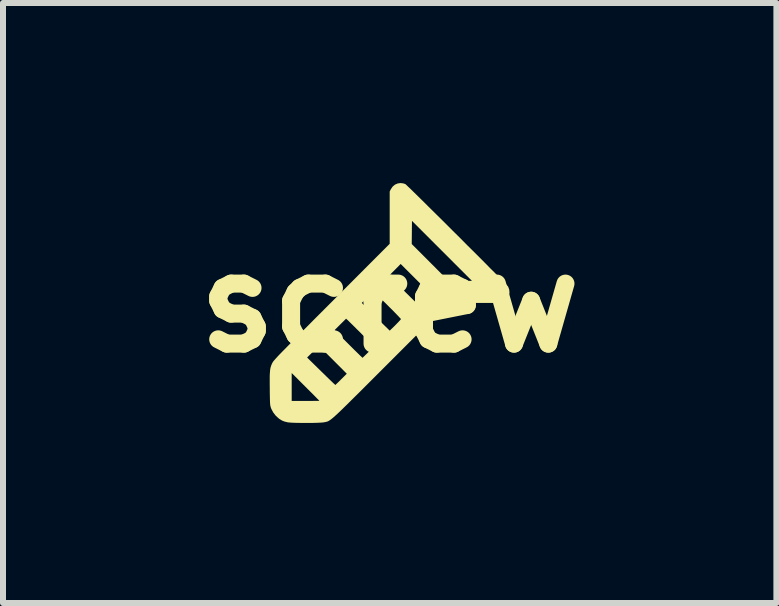
<source format=kicad_pcb>
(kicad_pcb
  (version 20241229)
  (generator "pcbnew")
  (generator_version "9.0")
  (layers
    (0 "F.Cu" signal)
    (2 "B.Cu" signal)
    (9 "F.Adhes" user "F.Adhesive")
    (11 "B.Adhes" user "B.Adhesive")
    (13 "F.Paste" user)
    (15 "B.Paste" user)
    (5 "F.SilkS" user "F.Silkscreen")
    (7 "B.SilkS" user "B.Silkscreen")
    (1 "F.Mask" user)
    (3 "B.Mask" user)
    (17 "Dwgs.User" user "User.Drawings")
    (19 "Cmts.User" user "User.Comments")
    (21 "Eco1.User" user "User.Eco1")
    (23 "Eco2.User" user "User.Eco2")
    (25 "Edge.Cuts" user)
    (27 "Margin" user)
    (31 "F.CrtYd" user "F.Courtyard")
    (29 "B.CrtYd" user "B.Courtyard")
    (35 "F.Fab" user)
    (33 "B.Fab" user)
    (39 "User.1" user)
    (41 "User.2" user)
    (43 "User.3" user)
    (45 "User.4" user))
  (footprint "screw"
    (layer "F.Cu")
    (at 3.443 1.997)
    (property "Reference" "screw" (at 0 0 0) (layer "F.SilkS") (effects (font (size 1.5 1.5) (thickness 0.3))))
    (attr board_only exclude_from_pos_files exclude_from_bom)
    (fp_poly (pts (xy 0.229 -1.991) (xy 0.262 -1.979) (xy 0.27 -1.972) (xy 0.288 -1.955) (xy 0.316 -1.928) (xy 0.353 -1.893) (xy 0.398 -1.849) (xy 0.45 -1.798) (xy 0.509 -1.74) (xy 0.574 -1.676) (xy 0.643 -1.607) (xy 0.717 -1.534) (xy 0.795 -1.457) (xy 0.876 -1.377) (xy 0.958 -1.295) (xy 1.042 -1.211) (xy 1.127 -1.127) (xy 1.212 -1.042) (xy 1.295 -0.958) (xy 1.378 -0.876) (xy 1.458 -0.796) (xy 1.535 -0.719) (xy 1.608 -0.646) (xy 1.676 -0.576) (xy 1.74 -0.513) (xy 1.797 -0.455) (xy 1.847 -0.403) (xy 1.891 -0.359) (xy 1.925 -0.324) (xy 1.951 -0.297) (xy 1.967 -0.279) (xy 1.973 -0.272) (xy 1.991 -0.223) (xy 1.996 -0.173) (xy 1.987 -0.124) (xy 1.965 -0.08) (xy 1.932 -0.044) (xy 1.897 -0.02) (xy 1.856 0) (xy 1.42 0) (xy 0.984 0) (xy 0.017 0.967) (xy -0.106 1.09) (xy -0.219 1.203) (xy -0.321 1.305) (xy -0.414 1.398) (xy -0.498 1.482) (xy -0.574 1.557) (xy -0.642 1.624) (xy -0.702 1.684) (xy -0.755 1.736) (xy -0.802 1.782) (xy -0.843 1.821) (xy -0.879 1.855) (xy -0.91 1.883) (xy -0.937 1.907) (xy -0.96 1.926) (xy -0.98 1.942) (xy -0.997 1.954) (xy -1.012 1.963) (xy -1.025 1.971) (xy -1.037 1.976) (xy -1.048 1.979) (xy -1.06 1.982) (xy -1.071 1.985) (xy -1.084 1.987) (xy -1.092 1.989) (xy -1.117 1.992) (xy -1.155 1.995) (xy -1.203 1.997) (xy -1.259 1.999) (xy -1.32 2) (xy -1.385 2) (xy -1.45 2) (xy -1.514 1.999) (xy -1.572 1.998) (xy -1.624 1.996) (xy -1.667 1.993) (xy -1.697 1.99) (xy -1.707 1.988) (xy -1.755 1.976) (xy -1.794 1.96) (xy -1.832 1.937) (xy -1.851 1.923) (xy -1.899 1.879) (xy -1.94 1.826) (xy -1.971 1.768) (xy -1.978 1.751) (xy -1.983 1.736) (xy -1.986 1.722) (xy -1.99 1.706) (xy -1.992 1.687) (xy -1.994 1.662) (xy -1.995 1.63) (xy -1.996 1.589) (xy -1.997 1.538) (xy -1.998 1.473) (xy -1.998 1.436) (xy -1.999 1.351) (xy -1.999 1.281) (xy -1.999 1.222) (xy -1.997 1.174) (xy -1.996 1.168) (xy -1.633 1.168) (xy -1.633 1.401) (xy -1.633 1.633) (xy -1.402 1.633) (xy -1.344 1.633) (xy -1.291 1.633) (xy -1.246 1.632) (xy -1.21 1.632) (xy -1.185 1.632) (xy -1.173 1.631) (xy -1.172 1.631) (xy -1.177 1.625) (xy -1.193 1.609) (xy -1.217 1.585) (xy -1.248 1.553) (xy -1.286 1.515) (xy -1.33 1.471) (xy -1.377 1.424) (xy -1.402 1.399) (xy -1.633 1.168) (xy -1.996 1.168) (xy -1.994 1.134) (xy -1.99 1.101) (xy -1.984 1.073) (xy -1.976 1.048) (xy -1.967 1.024) (xy -1.957 1.004) (xy -1.954 0.997) (xy -1.949 0.989) (xy -1.943 0.98) (xy -1.935 0.969) (xy -1.924 0.956) (xy -1.911 0.941) (xy -1.894 0.922) (xy -1.883 0.91) (xy -1.376 0.91) (xy -1.143 1.139) (xy -1.093 1.187) (xy -1.047 1.233) (xy -1.005 1.273) (xy -0.969 1.308) (xy -0.94 1.336) (xy -0.919 1.355) (xy -0.908 1.366) (xy -0.906 1.367) (xy -0.9 1.362) (xy -0.884 1.347) (xy -0.861 1.325) (xy -0.833 1.298) (xy -0.809 1.273) (xy -0.715 1.18) (xy -0.947 0.947) (xy -1.18 0.715) (xy -1.278 0.813) (xy -1.376 0.91) (xy -1.883 0.91) (xy -1.874 0.9) (xy -1.849 0.873) (xy -1.819 0.842) (xy -1.784 0.806) (xy -1.742 0.764) (xy -1.695 0.716) (xy -1.641 0.661) (xy -1.579 0.598) (xy -1.51 0.528) (xy -1.436 0.454) (xy -0.919 0.454) (xy -0.688 0.684) (xy -0.639 0.733) (xy -0.593 0.779) (xy -0.551 0.82) (xy -0.515 0.855) (xy -0.487 0.883) (xy -0.466 0.902) (xy -0.455 0.913) (xy -0.453 0.914) (xy -0.446 0.909) (xy -0.431 0.894) (xy -0.408 0.872) (xy -0.38 0.845) (xy -0.357 0.822) (xy -0.327 0.791) (xy -0.301 0.764) (xy -0.28 0.742) (xy -0.268 0.728) (xy -0.266 0.723) (xy -0.271 0.717) (xy -0.286 0.701) (xy -0.309 0.677) (xy -0.339 0.646) (xy -0.375 0.61) (xy -0.414 0.57) (xy -0.457 0.528) (xy -0.5 0.484) (xy -0.543 0.442) (xy -0.584 0.401) (xy -0.622 0.363) (xy -0.656 0.33) (xy -0.683 0.303) (xy -0.703 0.284) (xy -0.71 0.278) (xy -0.727 0.263) (xy -0.823 0.358) (xy -0.919 0.454) (xy -1.436 0.454) (xy -1.432 0.45) (xy -1.345 0.363) (xy -1.25 0.267) (xy -1.144 0.161) (xy -1.028 0.045) (xy -0.983 0.000072) (xy -0.465 0.000072) (xy -0.234 0.231) (xy -0.185 0.28) (xy -0.139 0.326) (xy -0.098 0.366) (xy -0.062 0.401) (xy -0.033 0.429) (xy -0.013 0.449) (xy -0.002 0.46) (xy 0.000072 0.461) (xy 0.007 0.456) (xy 0.022 0.441) (xy 0.045 0.419) (xy 0.073 0.392) (xy 0.096 0.369) (xy 0.126 0.338) (xy 0.153 0.31) (xy 0.173 0.288) (xy 0.185 0.274) (xy 0.188 0.269) (xy 0.182 0.262) (xy 0.167 0.246) (xy 0.144 0.221) (xy 0.113 0.189) (xy 0.078 0.153) (xy 0.038 0.112) (xy -0.005 0.07) (xy -0.048 0.026) (xy -0.092 -0.017) (xy -0.134 -0.059) (xy -0.172 -0.096) (xy -0.206 -0.13) (xy -0.235 -0.157) (xy -0.255 -0.176) (xy -0.267 -0.186) (xy -0.27 -0.188) (xy -0.278 -0.182) (xy -0.294 -0.168) (xy -0.318 -0.145) (xy -0.347 -0.118) (xy -0.371 -0.094) (xy -0.465 0.000072) (xy -0.983 0.000072) (xy -0.965 -0.018) (xy -0.531 -0.453) (xy -0.012 -0.453) (xy 0.219 -0.223) (xy 0.268 -0.173) (xy 0.314 -0.128) (xy 0.355 -0.087) (xy 0.391 -0.052) (xy 0.42 -0.024) (xy 0.44 -0.004) (xy 0.451 0.006) (xy 0.453 0.008) (xy 0.46 0.003) (xy 0.475 -0.012) (xy 0.498 -0.034) (xy 0.527 -0.062) (xy 0.553 -0.088) (xy 0.648 -0.184) (xy 0.416 -0.416) (xy 0.183 -0.649) (xy 0.086 -0.551) (xy -0.012 -0.453) (xy -0.531 -0.453) (xy -0.004 -0.981) (xy 0.367 -0.981) (xy 0.674 -0.674) (xy 0.98 -0.367) (xy 1.176 -0.367) (xy 1.371 -0.367) (xy 0.871 -0.867) (xy 0.371 -1.367) (xy 0.369 -1.174) (xy 0.367 -0.981) (xy -0.004 -0.981) (xy 0 -0.985) (xy 0 -1.421) (xy 0 -1.856) (xy 0.02 -1.896) (xy 0.049 -1.938) (xy 0.087 -1.97) (xy 0.132 -1.99) (xy 0.18 -1.997)) (stroke (width 0) (type solid)) (fill yes) (layer "F.SilkS")))
  (gr_rect
    (start -3 -3)
    (end 9.886 6.997)
    (stroke (width 0.1) (type default))
    (fill no)
    (layer "Edge.Cuts")))
</source>
